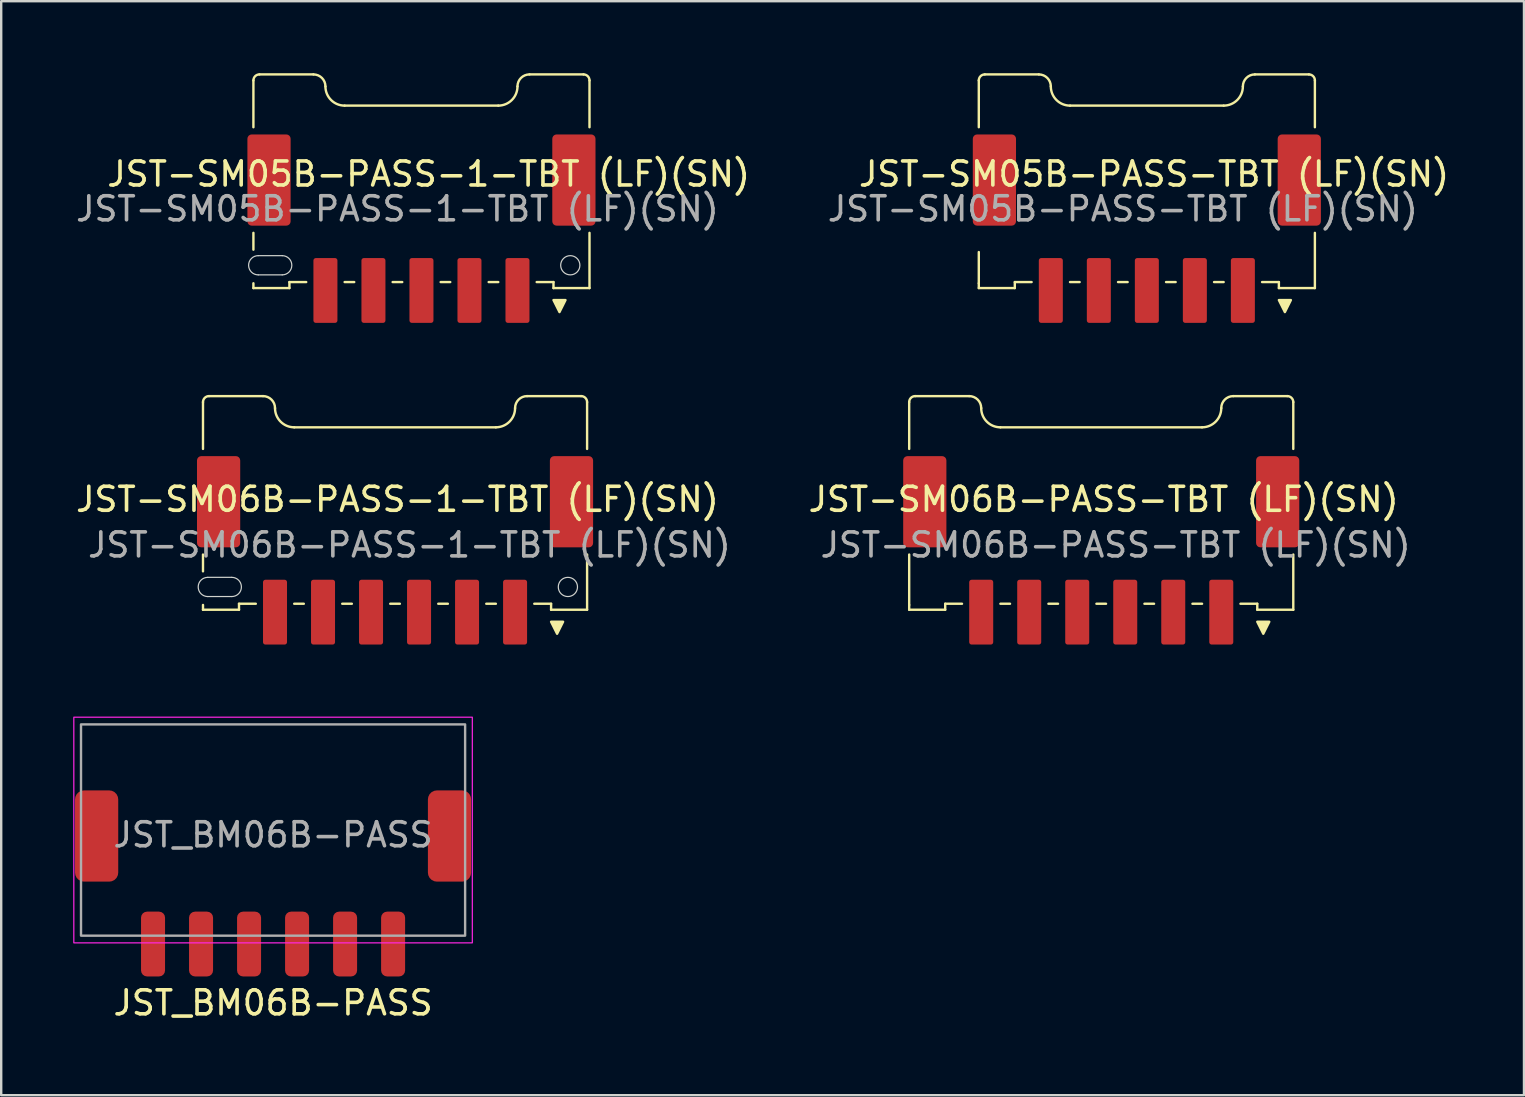
<source format=kicad_pcb>
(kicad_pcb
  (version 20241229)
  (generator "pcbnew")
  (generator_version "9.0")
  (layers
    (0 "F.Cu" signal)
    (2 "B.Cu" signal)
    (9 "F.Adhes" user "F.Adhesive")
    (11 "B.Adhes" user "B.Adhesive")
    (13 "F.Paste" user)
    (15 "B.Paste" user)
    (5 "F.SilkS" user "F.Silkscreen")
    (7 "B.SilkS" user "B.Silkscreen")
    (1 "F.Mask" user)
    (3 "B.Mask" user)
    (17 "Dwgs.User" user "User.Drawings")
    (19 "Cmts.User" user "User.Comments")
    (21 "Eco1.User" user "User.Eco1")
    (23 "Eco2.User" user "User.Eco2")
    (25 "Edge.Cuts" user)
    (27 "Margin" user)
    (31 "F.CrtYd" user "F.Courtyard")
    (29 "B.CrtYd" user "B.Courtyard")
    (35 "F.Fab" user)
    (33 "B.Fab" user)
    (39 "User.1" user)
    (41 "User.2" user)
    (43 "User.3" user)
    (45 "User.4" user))
  (footprint "JST-SM05B-PASS-TBT (LF)(SN)"
    (layer "F.Cu")
    (at 44.723 4.45)
    (property "Reference" "JST-SM05B-PASS-TBT (LF)(SN)" (at 0.3 -0.25 180) (layer "F.SilkS") (effects (font (size 1 1) (thickness 0.15))))
    (attr smd)
    (fp_line (start -7 -2.2) (end -7 -4.15) (stroke (width 0.1) (type default)) (layer "F.SilkS"))
    (fp_line (start -7 4.3) (end -7 3) (stroke (width 0.1) (type default)) (layer "F.SilkS"))
    (fp_line (start -7 4.5) (end -7 4.3) (stroke (width 0.1) (type default)) (layer "F.SilkS"))
    (fp_line (start -6.75 -4.4) (end -4.5 -4.4) (stroke (width 0.1) (type default)) (layer "F.SilkS"))
    (fp_line (start -5.5 4.25) (end -4.8 4.25) (stroke (width 0.1) (type default)) (layer "F.SilkS"))
    (fp_line (start -5.5 4.5) (end -7 4.5) (stroke (width 0.1) (type default)) (layer "F.SilkS"))
    (fp_line (start -5.5 4.5) (end -5.5 4.25) (stroke (width 0.1) (type default)) (layer "F.SilkS"))
    (fp_line (start -3.2 -3.1) (end 3.2 -3.1) (stroke (width 0.1) (type default)) (layer "F.SilkS"))
    (fp_line (start -3.2 4.25) (end -2.8 4.25) (stroke (width 0.1) (type default)) (layer "F.SilkS"))
    (fp_line (start -1.2 4.25) (end -0.8 4.25) (stroke (width 0.1) (type default)) (layer "F.SilkS"))
    (fp_line (start 0.8 4.25) (end 1.2 4.25) (stroke (width 0.1) (type default)) (layer "F.SilkS"))
    (fp_line (start 2.8 4.25) (end 3.2 4.25) (stroke (width 0.1) (type default)) (layer "F.SilkS"))
    (fp_line (start 4.5 -4.4) (end 6.75 -4.4) (stroke (width 0.1) (type default)) (layer "F.SilkS"))
    (fp_line (start 5.5 4.25) (end 4.8 4.25) (stroke (width 0.1) (type default)) (layer "F.SilkS"))
    (fp_line (start 5.5 4.25) (end 5.5 4.5) (stroke (width 0.1) (type default)) (layer "F.SilkS"))
    (fp_line (start 5.5 4.5) (end 7 4.5) (stroke (width 0.1) (type default)) (layer "F.SilkS"))
    (fp_line (start 7 -2.2) (end 7 -4.15) (stroke (width 0.1) (type default)) (layer "F.SilkS"))
    (fp_line (start 7 4.5) (end 7 2.2) (stroke (width 0.1) (type default)) (layer "F.SilkS"))
    (fp_arc (start -7 -4.15) (mid -6.926777 -4.326777) (end -6.75 -4.4) (stroke (width 0.1) (type default)) (layer "F.SilkS"))
    (fp_arc (start -4.5 -4.4) (mid -4.146447 -4.253553) (end -4 -3.9) (stroke (width 0.1) (type default)) (layer "F.SilkS"))
    (fp_arc (start -3.2 -3.1) (mid -3.765685 -3.334315) (end -4 -3.9) (stroke (width 0.1) (type default)) (layer "F.SilkS"))
    (fp_arc (start 4 -3.9) (mid 3.765685 -3.334315) (end 3.2 -3.1) (stroke (width 0.1) (type default)) (layer "F.SilkS"))
    (fp_arc (start 4 -3.9) (mid 4.146447 -4.253553) (end 4.5 -4.4) (stroke (width 0.1) (type default)) (layer "F.SilkS"))
    (fp_arc (start 6.75 -4.4) (mid 6.926777 -4.326777) (end 7 -4.15) (stroke (width 0.1) (type default)) (layer "F.SilkS"))
    (fp_poly (pts (xy 5.5 5) (xy 6 5) (xy 5.75 5.5)) (stroke (width 0.1) (type solid)) (fill yes) (layer "F.SilkS"))
    (fp_text user "${REFERENCE}" (at -1 1.2 180) (layer "F.Fab") (effects (font (size 1 1) (thickness 0.15))))
    (pad "1" smd roundrect (at 4 4.6 180) (size 1 2.7) (layers "F.Cu" "F.Mask" "F.Paste") (roundrect_rratio 0.1))
    (pad "2" smd roundrect (at 2 4.6 180) (size 1 2.7) (layers "F.Cu" "F.Mask" "F.Paste") (roundrect_rratio 0.1))
    (pad "3" smd roundrect (at 0 4.6 180) (size 1 2.7) (layers "F.Cu" "F.Mask" "F.Paste") (roundrect_rratio 0.1))
    (pad "4" smd roundrect (at -2 4.6 180) (size 1 2.7) (layers "F.Cu" "F.Mask" "F.Paste") (roundrect_rratio 0.1))
    (pad "5" smd roundrect (at -4 4.6 180) (size 1 2.7) (layers "F.Cu" "F.Mask" "F.Paste") (roundrect_rratio 0.1))
    (pad "6" smd roundrect (at 6.35 0 180) (size 1.8 3.8) (layers "F.Cu" "F.Mask" "F.Paste") (roundrect_rratio 0.1))
    (pad "7" smd roundrect (at -6.35 0 180) (size 1.8 3.8) (layers "F.Cu" "F.Mask" "F.Paste") (roundrect_rratio 0.1)))
  (footprint "JST-SM06B-PASS-1-TBT (LF)(SN)"
    (layer "F.Cu")
    (at 13.406 17.85)
    (property "Reference" "JST-SM06B-PASS-1-TBT (LF)(SN)" (at 0.1 -0.1 180) (layer "F.SilkS") (effects (font (size 1 1) (thickness 0.15))))
    (attr smd)
    (fp_line (start -8 -2.2) (end -8 -4.15) (stroke (width 0.1) (type default)) (layer "F.SilkS"))
    (fp_line (start -8 2.9) (end -8 2.2) (stroke (width 0.1) (type default)) (layer "F.SilkS"))
    (fp_line (start -8 4.5) (end -8 4.3) (stroke (width 0.1) (type default)) (layer "F.SilkS"))
    (fp_line (start -7.75 -4.4) (end -5.5 -4.4) (stroke (width 0.1) (type default)) (layer "F.SilkS"))
    (fp_line (start -6.5 4.25) (end -5.8 4.25) (stroke (width 0.1) (type default)) (layer "F.SilkS"))
    (fp_line (start -6.5 4.5) (end -8 4.5) (stroke (width 0.1) (type default)) (layer "F.SilkS"))
    (fp_line (start -6.5 4.5) (end -6.5 4.25) (stroke (width 0.1) (type default)) (layer "F.SilkS"))
    (fp_line (start -4.2 -3.1) (end 4.2 -3.1) (stroke (width 0.1) (type default)) (layer "F.SilkS"))
    (fp_line (start -4.2 4.25) (end -3.8 4.25) (stroke (width 0.1) (type default)) (layer "F.SilkS"))
    (fp_line (start -2.2 4.25) (end -1.8 4.25) (stroke (width 0.1) (type default)) (layer "F.SilkS"))
    (fp_line (start -0.2 4.25) (end 0.2 4.25) (stroke (width 0.1) (type default)) (layer "F.SilkS"))
    (fp_line (start 1.8 4.25) (end 2.2 4.25) (stroke (width 0.1) (type default)) (layer "F.SilkS"))
    (fp_line (start 3.8 4.25) (end 4.2 4.25) (stroke (width 0.1) (type default)) (layer "F.SilkS"))
    (fp_line (start 5.5 -4.4) (end 7.75 -4.4) (stroke (width 0.1) (type default)) (layer "F.SilkS"))
    (fp_line (start 6.5 4.25) (end 5.8 4.25) (stroke (width 0.1) (type default)) (layer "F.SilkS"))
    (fp_line (start 6.5 4.25) (end 6.5 4.5) (stroke (width 0.1) (type default)) (layer "F.SilkS"))
    (fp_line (start 6.5 4.5) (end 8 4.5) (stroke (width 0.1) (type default)) (layer "F.SilkS"))
    (fp_line (start 8 -2.2) (end 8 -4.15) (stroke (width 0.1) (type default)) (layer "F.SilkS"))
    (fp_line (start 8 4.5) (end 8 2.2) (stroke (width 0.1) (type default)) (layer "F.SilkS"))
    (fp_arc (start -8 -4.15) (mid -7.926777 -4.326777) (end -7.75 -4.4) (stroke (width 0.1) (type default)) (layer "F.SilkS"))
    (fp_arc (start -5.5 -4.4) (mid -5.146447 -4.253553) (end -5 -3.9) (stroke (width 0.1) (type default)) (layer "F.SilkS"))
    (fp_arc (start -4.2 -3.1) (mid -4.765685 -3.334315) (end -5 -3.9) (stroke (width 0.1) (type default)) (layer "F.SilkS"))
    (fp_arc (start 5 -3.9) (mid 4.765685 -3.334315) (end 4.2 -3.1) (stroke (width 0.1) (type default)) (layer "F.SilkS"))
    (fp_arc (start 5 -3.9) (mid 5.146447 -4.253553) (end 5.5 -4.4) (stroke (width 0.1) (type default)) (layer "F.SilkS"))
    (fp_arc (start 7.75 -4.4) (mid 7.926777 -4.326777) (end 8 -4.15) (stroke (width 0.1) (type default)) (layer "F.SilkS"))
    (fp_poly (pts (xy 6.5 5) (xy 7 5) (xy 6.75 5.5)) (stroke (width 0.1) (type solid)) (fill yes) (layer "F.SilkS"))
    (fp_line (start -7.8 3.15) (end -6.8 3.15) (stroke (width 0.05) (type default)) (layer "Edge.Cuts"))
    (fp_line (start -7.8 3.95) (end -6.8 3.95) (stroke (width 0.05) (type default)) (layer "Edge.Cuts"))
    (fp_arc (start -7.8 3.95) (mid -8.2 3.55) (end -7.8 3.15) (stroke (width 0.05) (type default)) (layer "Edge.Cuts"))
    (fp_arc (start -6.8 3.15) (mid -6.4 3.55) (end -6.8 3.95) (stroke (width 0.05) (type default)) (layer "Edge.Cuts"))
    (fp_circle (center 7.2 3.55) (end 7.6 3.55) (stroke (width 0.05) (type solid)) (fill no) (layer "Edge.Cuts"))
    (fp_text user "${REFERENCE}" (at 0.6 1.8 180) (layer "F.Fab") (effects (font (size 1 1) (thickness 0.15))))
    (pad "1" smd roundrect (at 5 4.6 180) (size 1 2.7) (layers "F.Cu" "F.Mask" "F.Paste") (roundrect_rratio 0.1))
    (pad "2" smd roundrect (at 3 4.6 180) (size 1 2.7) (layers "F.Cu" "F.Mask" "F.Paste") (roundrect_rratio 0.1))
    (pad "3" smd roundrect (at 1 4.6 180) (size 1 2.7) (layers "F.Cu" "F.Mask" "F.Paste") (roundrect_rratio 0.1))
    (pad "4" smd roundrect (at -1 4.6 180) (size 1 2.7) (layers "F.Cu" "F.Mask" "F.Paste") (roundrect_rratio 0.1))
    (pad "5" smd roundrect (at -3 4.6 180) (size 1 2.7) (layers "F.Cu" "F.Mask" "F.Paste") (roundrect_rratio 0.1))
    (pad "6" smd roundrect (at -5 4.6 180) (size 1 2.7) (layers "F.Cu" "F.Mask" "F.Paste") (roundrect_rratio 0.1))
    (pad "GND" smd roundrect (at -7.35 0 180) (size 1.8 3.8) (layers "F.Cu" "F.Mask" "F.Paste") (roundrect_rratio 0.1))
    (pad "GND" smd roundrect (at 7.35 0 180) (size 1.8 3.8) (layers "F.Cu" "F.Mask" "F.Paste") (roundrect_rratio 0.1)))
  (footprint "JST-SM05B-PASS-1-TBT (LF)(SN)"
    (layer "F.Cu")
    (at 14.506 4.45)
    (property "Reference" "JST-SM05B-PASS-1-TBT (LF)(SN)" (at 0.3 -0.25 180) (layer "F.SilkS") (effects (font (size 1 1) (thickness 0.15))))
    (attr smd)
    (fp_line (start -7 -2.2) (end -7 -4.15) (stroke (width 0.1) (type default)) (layer "F.SilkS"))
    (fp_line (start -7 2.9) (end -7 2.2) (stroke (width 0.1) (type default)) (layer "F.SilkS"))
    (fp_line (start -7 4.5) (end -7 4.3) (stroke (width 0.1) (type default)) (layer "F.SilkS"))
    (fp_line (start -6.75 -4.4) (end -4.5 -4.4) (stroke (width 0.1) (type default)) (layer "F.SilkS"))
    (fp_line (start -5.5 4.25) (end -4.8 4.25) (stroke (width 0.1) (type default)) (layer "F.SilkS"))
    (fp_line (start -5.5 4.5) (end -7 4.5) (stroke (width 0.1) (type default)) (layer "F.SilkS"))
    (fp_line (start -5.5 4.5) (end -5.5 4.25) (stroke (width 0.1) (type default)) (layer "F.SilkS"))
    (fp_line (start -3.2 -3.1) (end 3.2 -3.1) (stroke (width 0.1) (type default)) (layer "F.SilkS"))
    (fp_line (start -3.2 4.25) (end -2.8 4.25) (stroke (width 0.1) (type default)) (layer "F.SilkS"))
    (fp_line (start -1.2 4.25) (end -0.8 4.25) (stroke (width 0.1) (type default)) (layer "F.SilkS"))
    (fp_line (start 0.8 4.25) (end 1.2 4.25) (stroke (width 0.1) (type default)) (layer "F.SilkS"))
    (fp_line (start 2.8 4.25) (end 3.2 4.25) (stroke (width 0.1) (type default)) (layer "F.SilkS"))
    (fp_line (start 4.5 -4.4) (end 6.75 -4.4) (stroke (width 0.1) (type default)) (layer "F.SilkS"))
    (fp_line (start 5.5 4.25) (end 4.8 4.25) (stroke (width 0.1) (type default)) (layer "F.SilkS"))
    (fp_line (start 5.5 4.25) (end 5.5 4.5) (stroke (width 0.1) (type default)) (layer "F.SilkS"))
    (fp_line (start 5.5 4.5) (end 7 4.5) (stroke (width 0.1) (type default)) (layer "F.SilkS"))
    (fp_line (start 7 -2.2) (end 7 -4.15) (stroke (width 0.1) (type default)) (layer "F.SilkS"))
    (fp_line (start 7 4.5) (end 7 2.2) (stroke (width 0.1) (type default)) (layer "F.SilkS"))
    (fp_arc (start -7 -4.15) (mid -6.926777 -4.326777) (end -6.75 -4.4) (stroke (width 0.1) (type default)) (layer "F.SilkS"))
    (fp_arc (start -4.5 -4.4) (mid -4.146447 -4.253553) (end -4 -3.9) (stroke (width 0.1) (type default)) (layer "F.SilkS"))
    (fp_arc (start -3.2 -3.1) (mid -3.765685 -3.334315) (end -4 -3.9) (stroke (width 0.1) (type default)) (layer "F.SilkS"))
    (fp_arc (start 4 -3.9) (mid 3.765685 -3.334315) (end 3.2 -3.1) (stroke (width 0.1) (type default)) (layer "F.SilkS"))
    (fp_arc (start 4 -3.9) (mid 4.146447 -4.253553) (end 4.5 -4.4) (stroke (width 0.1) (type default)) (layer "F.SilkS"))
    (fp_arc (start 6.75 -4.4) (mid 6.926777 -4.326777) (end 7 -4.15) (stroke (width 0.1) (type default)) (layer "F.SilkS"))
    (fp_poly (pts (xy 5.5 5) (xy 6 5) (xy 5.75 5.5)) (stroke (width 0.1) (type solid)) (fill yes) (layer "F.SilkS"))
    (fp_line (start -6.8 3.15) (end -5.8 3.15) (stroke (width 0.05) (type default)) (layer "Edge.Cuts"))
    (fp_line (start -6.8 3.95) (end -5.8 3.95) (stroke (width 0.05) (type default)) (layer "Edge.Cuts"))
    (fp_arc (start -6.8 3.95) (mid -7.2 3.55) (end -6.8 3.15) (stroke (width 0.05) (type default)) (layer "Edge.Cuts"))
    (fp_arc (start -5.8 3.15) (mid -5.4 3.55) (end -5.8 3.95) (stroke (width 0.05) (type default)) (layer "Edge.Cuts"))
    (fp_circle (center 6.2 3.55) (end 6.6 3.55) (stroke (width 0.05) (type solid)) (fill no) (layer "Edge.Cuts"))
    (fp_text user "${REFERENCE}" (at -1 1.2 180) (layer "F.Fab") (effects (font (size 1 1) (thickness 0.15))))
    (pad "1" smd roundrect (at 4 4.6 180) (size 1 2.7) (layers "F.Cu" "F.Mask" "F.Paste") (roundrect_rratio 0.1))
    (pad "2" smd roundrect (at 2 4.6 180) (size 1 2.7) (layers "F.Cu" "F.Mask" "F.Paste") (roundrect_rratio 0.1))
    (pad "3" smd roundrect (at 0 4.6 180) (size 1 2.7) (layers "F.Cu" "F.Mask" "F.Paste") (roundrect_rratio 0.1))
    (pad "4" smd roundrect (at -2 4.6 180) (size 1 2.7) (layers "F.Cu" "F.Mask" "F.Paste") (roundrect_rratio 0.1))
    (pad "5" smd roundrect (at -4 4.6 180) (size 1 2.7) (layers "F.Cu" "F.Mask" "F.Paste") (roundrect_rratio 0.1))
    (pad "6" smd roundrect (at 6.35 0 180) (size 1.8 3.8) (layers "F.Cu" "F.Mask" "F.Paste") (roundrect_rratio 0.1))
    (pad "7" smd roundrect (at -6.35 0 180) (size 1.8 3.8) (layers "F.Cu" "F.Mask" "F.Paste") (roundrect_rratio 0.1)))
  (footprint "JST-SM06B-PASS-TBT (LF)(SN)"
    (layer "F.Cu")
    (at 42.823 17.85)
    (property "Reference" "JST-SM06B-PASS-TBT (LF)(SN)" (at 0.1 -0.1 180) (layer "F.SilkS") (effects (font (size 1 1) (thickness 0.15))))
    (attr smd)
    (fp_line (start -8 -2.2) (end -8 -4.15) (stroke (width 0.1) (type default)) (layer "F.SilkS"))
    (fp_line (start -8 4.3) (end -8 2.2) (stroke (width 0.1) (type default)) (layer "F.SilkS"))
    (fp_line (start -8 4.5) (end -8 4.3) (stroke (width 0.1) (type default)) (layer "F.SilkS"))
    (fp_line (start -7.75 -4.4) (end -5.5 -4.4) (stroke (width 0.1) (type default)) (layer "F.SilkS"))
    (fp_line (start -6.5 4.25) (end -5.8 4.25) (stroke (width 0.1) (type default)) (layer "F.SilkS"))
    (fp_line (start -6.5 4.5) (end -8 4.5) (stroke (width 0.1) (type default)) (layer "F.SilkS"))
    (fp_line (start -6.5 4.5) (end -6.5 4.25) (stroke (width 0.1) (type default)) (layer "F.SilkS"))
    (fp_line (start -4.2 -3.1) (end 4.2 -3.1) (stroke (width 0.1) (type default)) (layer "F.SilkS"))
    (fp_line (start -4.2 4.25) (end -3.8 4.25) (stroke (width 0.1) (type default)) (layer "F.SilkS"))
    (fp_line (start -2.2 4.25) (end -1.8 4.25) (stroke (width 0.1) (type default)) (layer "F.SilkS"))
    (fp_line (start -0.2 4.25) (end 0.2 4.25) (stroke (width 0.1) (type default)) (layer "F.SilkS"))
    (fp_line (start 1.8 4.25) (end 2.2 4.25) (stroke (width 0.1) (type default)) (layer "F.SilkS"))
    (fp_line (start 3.8 4.25) (end 4.2 4.25) (stroke (width 0.1) (type default)) (layer "F.SilkS"))
    (fp_line (start 5.5 -4.4) (end 7.75 -4.4) (stroke (width 0.1) (type default)) (layer "F.SilkS"))
    (fp_line (start 6.5 4.25) (end 5.8 4.25) (stroke (width 0.1) (type default)) (layer "F.SilkS"))
    (fp_line (start 6.5 4.25) (end 6.5 4.5) (stroke (width 0.1) (type default)) (layer "F.SilkS"))
    (fp_line (start 6.5 4.5) (end 8 4.5) (stroke (width 0.1) (type default)) (layer "F.SilkS"))
    (fp_line (start 8 -2.2) (end 8 -4.15) (stroke (width 0.1) (type default)) (layer "F.SilkS"))
    (fp_line (start 8 4.5) (end 8 2.2) (stroke (width 0.1) (type default)) (layer "F.SilkS"))
    (fp_arc (start -8 -4.15) (mid -7.926777 -4.326777) (end -7.75 -4.4) (stroke (width 0.1) (type default)) (layer "F.SilkS"))
    (fp_arc (start -5.5 -4.4) (mid -5.146447 -4.253553) (end -5 -3.9) (stroke (width 0.1) (type default)) (layer "F.SilkS"))
    (fp_arc (start -4.2 -3.1) (mid -4.765685 -3.334315) (end -5 -3.9) (stroke (width 0.1) (type default)) (layer "F.SilkS"))
    (fp_arc (start 5 -3.9) (mid 4.765685 -3.334315) (end 4.2 -3.1) (stroke (width 0.1) (type default)) (layer "F.SilkS"))
    (fp_arc (start 5 -3.9) (mid 5.146447 -4.253553) (end 5.5 -4.4) (stroke (width 0.1) (type default)) (layer "F.SilkS"))
    (fp_arc (start 7.75 -4.4) (mid 7.926777 -4.326777) (end 8 -4.15) (stroke (width 0.1) (type default)) (layer "F.SilkS"))
    (fp_poly (pts (xy 6.5 5) (xy 7 5) (xy 6.75 5.5)) (stroke (width 0.1) (type solid)) (fill yes) (layer "F.SilkS"))
    (fp_text user "${REFERENCE}" (at 0.6 1.8 180) (layer "F.Fab") (effects (font (size 1 1) (thickness 0.15))))
    (pad "1" smd roundrect (at 5 4.6 180) (size 1 2.7) (layers "F.Cu" "F.Mask" "F.Paste") (roundrect_rratio 0.1))
    (pad "2" smd roundrect (at 3 4.6 180) (size 1 2.7) (layers "F.Cu" "F.Mask" "F.Paste") (roundrect_rratio 0.1))
    (pad "3" smd roundrect (at 1 4.6 180) (size 1 2.7) (layers "F.Cu" "F.Mask" "F.Paste") (roundrect_rratio 0.1))
    (pad "4" smd roundrect (at -1 4.6 180) (size 1 2.7) (layers "F.Cu" "F.Mask" "F.Paste") (roundrect_rratio 0.1))
    (pad "5" smd roundrect (at -3 4.6 180) (size 1 2.7) (layers "F.Cu" "F.Mask" "F.Paste") (roundrect_rratio 0.1))
    (pad "6" smd roundrect (at -5 4.6 180) (size 1 2.7) (layers "F.Cu" "F.Mask" "F.Paste") (roundrect_rratio 0.1))
    (pad "GND" smd roundrect (at -7.35 0 180) (size 1.8 3.8) (layers "F.Cu" "F.Mask" "F.Paste") (roundrect_rratio 0.1))
    (pad "GND" smd roundrect (at 7.35 0 180) (size 1.8 3.8) (layers "F.Cu" "F.Mask" "F.Paste") (roundrect_rratio 0.1)))
  (footprint "JST_BM06B-PASS"
    (layer "F.Cu")
    (at 8.325 31.725)
    (property "Reference" "JST_BM06B-PASS" (at 0 7 180) (layer "F.SilkS") (effects (font (size 1 1) (thickness 0.15))))
    (attr smd)
    (fp_rect (start -8.3 -4.9) (end 8.3 4.5) (stroke (width 0.05) (type default)) (fill no) (layer "F.CrtYd"))
    (fp_rect (start -8 -4.6) (end 8 4.2) (stroke (width 0.1) (type default)) (fill no) (layer "F.Fab"))
    (fp_text user "${REFERENCE}" (at 0 0 180) (layer "F.Fab") (effects (font (size 1 1) (thickness 0.15))))
    (pad "1" smd roundrect (at 5 4.55 180) (size 1 2.7) (layers "F.Cu" "F.Mask" "F.Paste") (roundrect_rratio 0.25))
    (pad "2" smd roundrect (at 3 4.55 180) (size 1 2.7) (layers "F.Cu" "F.Mask" "F.Paste") (roundrect_rratio 0.25))
    (pad "3" smd roundrect (at 1 4.55 180) (size 1 2.7) (layers "F.Cu" "F.Mask" "F.Paste") (roundrect_rratio 0.25))
    (pad "4" smd roundrect (at -1 4.55 180) (size 1 2.7) (layers "F.Cu" "F.Mask" "F.Paste") (roundrect_rratio 0.25))
    (pad "5" smd roundrect (at -3 4.55 180) (size 1 2.7) (layers "F.Cu" "F.Mask" "F.Paste") (roundrect_rratio 0.25))
    (pad "6" smd roundrect (at -5 4.55 180) (size 1 2.7) (layers "F.Cu" "F.Mask" "F.Paste") (roundrect_rratio 0.25))
    (pad "7" smd roundrect (at -7.35 0.05 180) (size 1.8 3.8) (layers "F.Cu" "F.Mask" "F.Paste") (roundrect_rratio 0.208))
    (pad "8" smd roundrect (at 7.35 0.05 180) (size 1.8 3.8) (layers "F.Cu" "F.Mask" "F.Paste") (roundrect_rratio 0.208)))
  (gr_rect
    (start -3 -3)
    (end 60.433 42.573)
    (stroke (width 0.1) (type default))
    (fill no)
    (layer "Edge.Cuts")))
</source>
